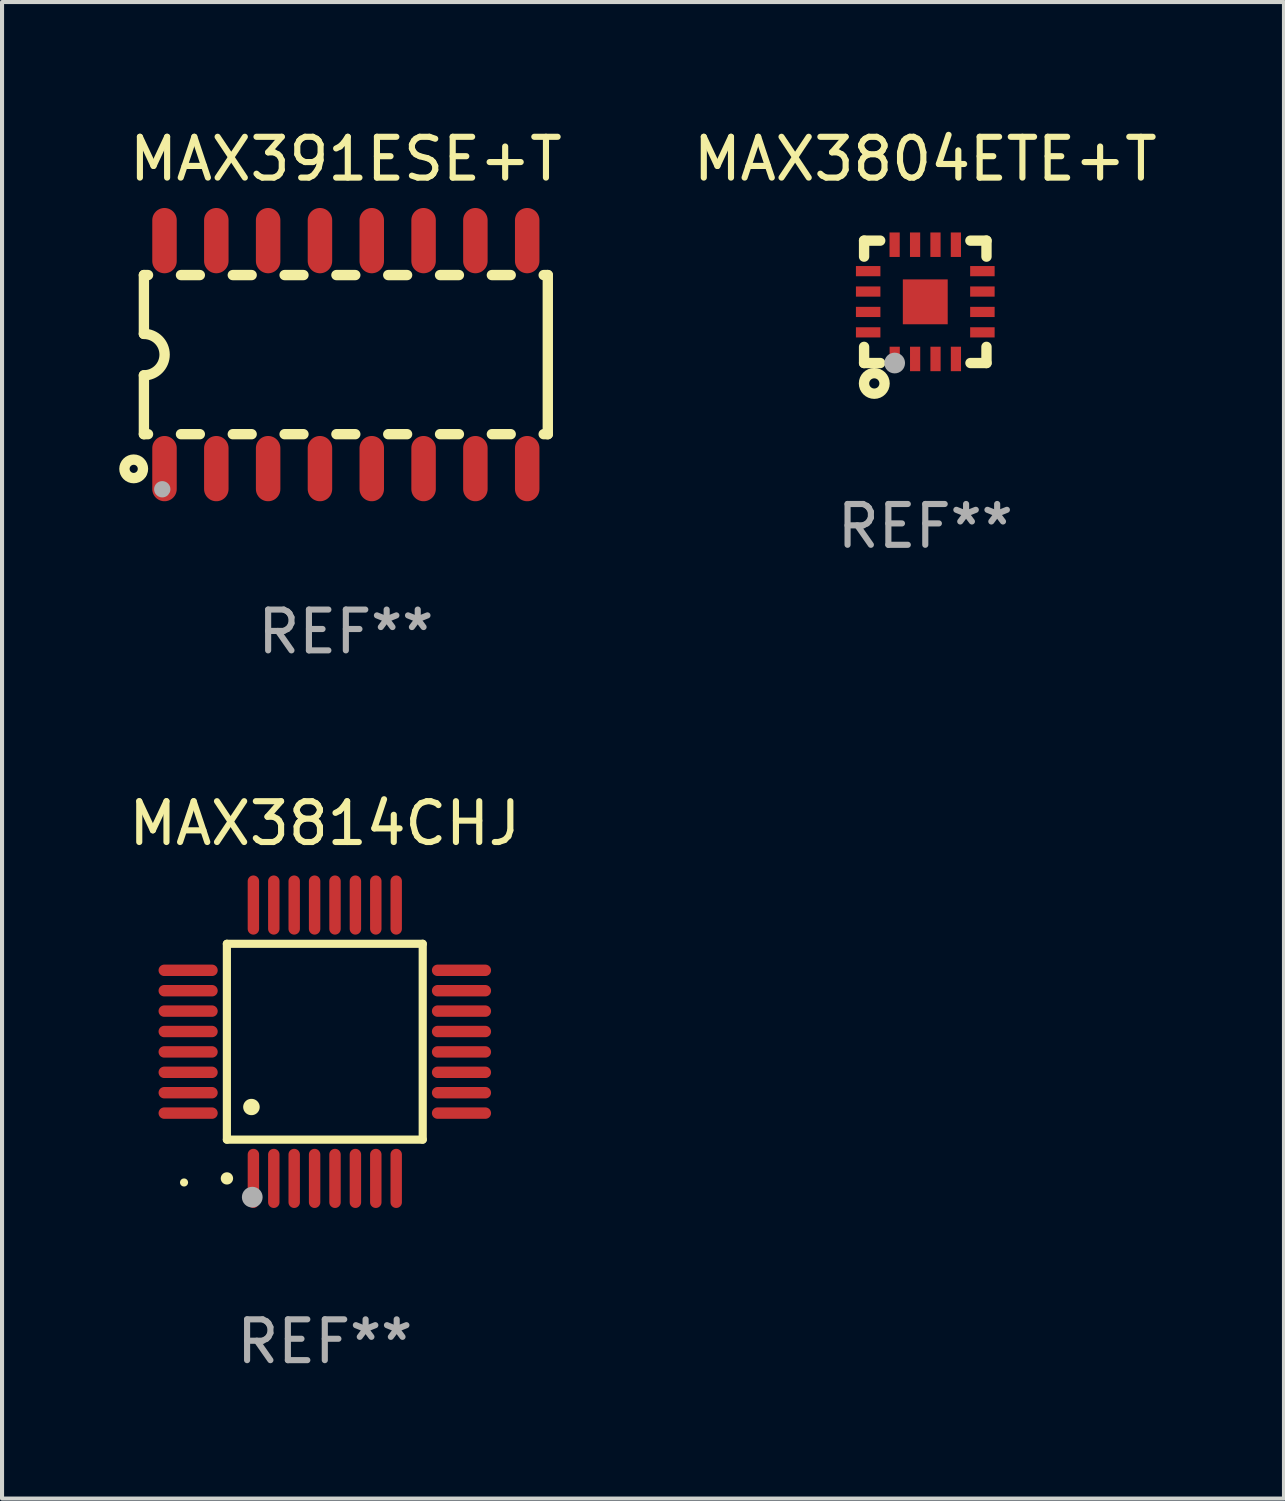
<source format=kicad_pcb>
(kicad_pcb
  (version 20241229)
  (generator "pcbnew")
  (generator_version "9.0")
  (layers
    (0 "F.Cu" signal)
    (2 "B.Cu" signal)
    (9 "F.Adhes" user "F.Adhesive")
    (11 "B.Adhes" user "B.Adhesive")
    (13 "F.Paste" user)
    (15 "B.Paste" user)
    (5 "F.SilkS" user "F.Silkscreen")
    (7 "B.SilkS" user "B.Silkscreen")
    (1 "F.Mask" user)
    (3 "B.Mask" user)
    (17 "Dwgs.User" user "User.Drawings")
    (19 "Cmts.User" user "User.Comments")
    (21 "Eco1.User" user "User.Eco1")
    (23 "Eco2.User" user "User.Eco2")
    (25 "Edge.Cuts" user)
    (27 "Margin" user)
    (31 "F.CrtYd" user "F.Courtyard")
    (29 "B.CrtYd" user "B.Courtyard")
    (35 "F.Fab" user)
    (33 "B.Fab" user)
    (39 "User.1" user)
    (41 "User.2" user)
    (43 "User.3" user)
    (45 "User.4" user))
  (footprint "MAX3814CHJ"
    (layer "F.Cu")
    (at 4.911 22.483)
    (property "Reference" "MAX3814CHJ" (at 0 -5.35 0) (layer "F.SilkS") (effects (font (size 1 1) (thickness 0.15))))
    (attr through_hole)
    (fp_line (start -2.4 -2.4) (end -2.4 2.4) (stroke (width 0.2) (type solid)) (layer "F.SilkS"))
    (fp_line (start -2.4 2.4) (end 2.4 2.4) (stroke (width 0.2) (type solid)) (layer "F.SilkS"))
    (fp_line (start 2.4 -2.4) (end -2.4 -2.4) (stroke (width 0.2) (type solid)) (layer "F.SilkS"))
    (fp_line (start 2.4 2.4) (end 2.4 -2.4) (stroke (width 0.2) (type solid)) (layer "F.SilkS"))
    (fp_arc (start -2.400305 3.350267) (mid -2.399035 3.350262) (end -2.397765 3.350267) (stroke (width 0.3) (type solid)) (layer "F.SilkS"))
    (fp_arc (start -1.800864 1.600203) (mid -1.798324 1.600187) (end -1.795784 1.600203) (stroke (width 0.4) (type solid)) (layer "F.SilkS"))
    (fp_circle (center -3.45 3.45) (end -3.4 3.45) (stroke (width 0.1) (type solid)) (fill no) (layer "F.SilkS"))
    (fp_circle (center -1.778 3.81) (end -1.651 3.81) (stroke (width 0.254) (type solid)) (fill no) (layer "F.Fab"))
    (fp_text user "REF**" (at 0 7.35 0) (layer "F.Fab") (effects (font (size 1 1) (thickness 0.15))))
    (pad "1" smd oval (at -1.75 3.35) (size 0.28 1.45) (layers "F.Cu" "F.Mask" "F.Paste"))
    (pad "2" smd oval (at -1.25 3.35) (size 0.28 1.45) (layers "F.Cu" "F.Mask" "F.Paste"))
    (pad "3" smd oval (at -0.75 3.35) (size 0.28 1.45) (layers "F.Cu" "F.Mask" "F.Paste"))
    (pad "4" smd oval (at -0.25 3.35) (size 0.28 1.45) (layers "F.Cu" "F.Mask" "F.Paste"))
    (pad "5" smd oval (at 0.25 3.35) (size 0.28 1.45) (layers "F.Cu" "F.Mask" "F.Paste"))
    (pad "6" smd oval (at 0.75 3.35) (size 0.28 1.45) (layers "F.Cu" "F.Mask" "F.Paste"))
    (pad "7" smd oval (at 1.25 3.35) (size 0.28 1.45) (layers "F.Cu" "F.Mask" "F.Paste"))
    (pad "8" smd oval (at 1.75 3.35) (size 0.28 1.45) (layers "F.Cu" "F.Mask" "F.Paste"))
    (pad "9" smd oval (at 3.35 1.75) (size 1.45 0.28) (layers "F.Cu" "F.Mask" "F.Paste"))
    (pad "10" smd oval (at 3.35 1.25) (size 1.45 0.28) (layers "F.Cu" "F.Mask" "F.Paste"))
    (pad "11" smd oval (at 3.35 0.75) (size 1.45 0.28) (layers "F.Cu" "F.Mask" "F.Paste"))
    (pad "12" smd oval (at 3.35 0.25) (size 1.45 0.28) (layers "F.Cu" "F.Mask" "F.Paste"))
    (pad "13" smd oval (at 3.35 -0.25) (size 1.45 0.28) (layers "F.Cu" "F.Mask" "F.Paste"))
    (pad "14" smd oval (at 3.35 -0.75) (size 1.45 0.28) (layers "F.Cu" "F.Mask" "F.Paste"))
    (pad "15" smd oval (at 3.35 -1.25) (size 1.45 0.28) (layers "F.Cu" "F.Mask" "F.Paste"))
    (pad "16" smd oval (at 3.35 -1.75) (size 1.45 0.28) (layers "F.Cu" "F.Mask" "F.Paste"))
    (pad "17" smd oval (at 1.75 -3.35) (size 0.28 1.45) (layers "F.Cu" "F.Mask" "F.Paste"))
    (pad "18" smd oval (at 1.25 -3.35) (size 0.28 1.45) (layers "F.Cu" "F.Mask" "F.Paste"))
    (pad "19" smd oval (at 0.75 -3.35) (size 0.28 1.45) (layers "F.Cu" "F.Mask" "F.Paste"))
    (pad "20" smd oval (at 0.25 -3.35) (size 0.28 1.45) (layers "F.Cu" "F.Mask" "F.Paste"))
    (pad "21" smd oval (at -0.25 -3.35) (size 0.28 1.45) (layers "F.Cu" "F.Mask" "F.Paste"))
    (pad "22" smd oval (at -0.75 -3.35) (size 0.28 1.45) (layers "F.Cu" "F.Mask" "F.Paste"))
    (pad "23" smd oval (at -1.25 -3.35) (size 0.28 1.45) (layers "F.Cu" "F.Mask" "F.Paste"))
    (pad "24" smd oval (at -1.75 -3.35) (size 0.28 1.45) (layers "F.Cu" "F.Mask" "F.Paste"))
    (pad "25" smd oval (at -3.35 -1.75) (size 1.45 0.28) (layers "F.Cu" "F.Mask" "F.Paste"))
    (pad "26" smd oval (at -3.35 -1.25) (size 1.45 0.28) (layers "F.Cu" "F.Mask" "F.Paste"))
    (pad "27" smd oval (at -3.35 -0.75) (size 1.45 0.28) (layers "F.Cu" "F.Mask" "F.Paste"))
    (pad "28" smd oval (at -3.35 -0.25) (size 1.45 0.28) (layers "F.Cu" "F.Mask" "F.Paste"))
    (pad "29" smd oval (at -3.35 0.25) (size 1.45 0.28) (layers "F.Cu" "F.Mask" "F.Paste"))
    (pad "30" smd oval (at -3.35 0.75) (size 1.45 0.28) (layers "F.Cu" "F.Mask" "F.Paste"))
    (pad "31" smd oval (at -3.35 1.25) (size 1.45 0.28) (layers "F.Cu" "F.Mask" "F.Paste"))
    (pad "32" smd oval (at -3.35 1.75) (size 1.45 0.28) (layers "F.Cu" "F.Mask" "F.Paste")))
  (footprint "MAX3804ETE+T"
    (layer "F.Cu")
    (at 19.629 4.348)
    (property "Reference" "MAX3804ETE+T" (at 0 -3.5 0) (layer "F.SilkS") (effects (font (size 1 1) (thickness 0.15))))
    (attr through_hole)
    (fp_line (start -1.5 -1.5) (end -1.5 -1.108) (stroke (width 0.254) (type solid)) (layer "F.SilkS"))
    (fp_line (start -1.5 -1.5) (end -1.105 -1.5) (stroke (width 0.254) (type solid)) (layer "F.SilkS"))
    (fp_line (start -1.5 1.104) (end -1.5 1.5) (stroke (width 0.254) (type solid)) (layer "F.SilkS"))
    (fp_line (start -1.5 1.5) (end -1.105 1.5) (stroke (width 0.254) (type solid)) (layer "F.SilkS"))
    (fp_line (start 1.106 -1.5) (end 1.5 -1.5) (stroke (width 0.254) (type solid)) (layer "F.SilkS"))
    (fp_line (start 1.108 1.5) (end 1.5 1.5) (stroke (width 0.254) (type solid)) (layer "F.SilkS"))
    (fp_line (start 1.5 -1.108) (end 1.5 -1.5) (stroke (width 0.254) (type solid)) (layer "F.SilkS"))
    (fp_line (start 1.5 1.5) (end 1.5 1.104) (stroke (width 0.254) (type solid)) (layer "F.SilkS"))
    (fp_circle (center -1.5 1.5) (end -1.47 1.5) (stroke (width 0.06) (type solid)) (fill no) (layer "F.SilkS"))
    (fp_circle (center -1.25 2) (end -1.125 2) (stroke (width 0.254) (type solid)) (fill no) (layer "F.SilkS"))
    (fp_circle (center -0.75 1.5) (end -0.623 1.5) (stroke (width 0.254) (type solid)) (fill no) (layer "F.Fab"))
    (fp_text user "REF**" (at 0 5.5 0) (layer "F.Fab") (effects (font (size 1 1) (thickness 0.15))))
    (pad "1" smd rect (at -0.749 1.4 180) (size 0.25 0.6) (layers "F.Cu" "F.Mask" "F.Paste"))
    (pad "2" smd rect (at -0.249 1.4 180) (size 0.25 0.6) (layers "F.Cu" "F.Mask" "F.Paste"))
    (pad "3" smd rect (at 0.251 1.4 180) (size 0.25 0.6) (layers "F.Cu" "F.Mask" "F.Paste"))
    (pad "4" smd rect (at 0.751 1.4 180) (size 0.25 0.6) (layers "F.Cu" "F.Mask" "F.Paste"))
    (pad "5" smd rect (at 1.4 0.748 270) (size 0.25 0.6) (layers "F.Cu" "F.Mask" "F.Paste"))
    (pad "6" smd rect (at 1.4 0.248 270) (size 0.25 0.6) (layers "F.Cu" "F.Mask" "F.Paste"))
    (pad "7" smd rect (at 1.4 -0.252 270) (size 0.25 0.6) (layers "F.Cu" "F.Mask" "F.Paste"))
    (pad "8" smd rect (at 1.4 -0.752 270) (size 0.25 0.6) (layers "F.Cu" "F.Mask" "F.Paste"))
    (pad "9" smd rect (at 0.75 -1.4) (size 0.25 0.6) (layers "F.Cu" "F.Mask" "F.Paste"))
    (pad "10" smd rect (at 0.25 -1.4) (size 0.25 0.6) (layers "F.Cu" "F.Mask" "F.Paste"))
    (pad "11" smd rect (at -0.25 -1.4) (size 0.25 0.6) (layers "F.Cu" "F.Mask" "F.Paste"))
    (pad "12" smd rect (at -0.751 -1.4) (size 0.25 0.6) (layers "F.Cu" "F.Mask" "F.Paste"))
    (pad "13" smd rect (at -1.4 -0.752 90) (size 0.25 0.6) (layers "F.Cu" "F.Mask" "F.Paste"))
    (pad "14" smd rect (at -1.4 -0.252 90) (size 0.25 0.6) (layers "F.Cu" "F.Mask" "F.Paste"))
    (pad "15" smd rect (at -1.4 0.248 90) (size 0.25 0.6) (layers "F.Cu" "F.Mask" "F.Paste"))
    (pad "16" smd rect (at -1.4 0.748 90) (size 0.25 0.6) (layers "F.Cu" "F.Mask" "F.Paste"))
    (pad "17" smd rect (at -0.000241 0.000013 90) (size 1.1 1.1) (layers "F.Cu" "F.Mask" "F.Paste")))
  (footprint "MAX391ESE+T"
    (layer "F.Cu")
    (at 5.427 5.642)
    (property "Reference" "MAX391ESE+T" (at 0 -4.794 0) (layer "F.SilkS") (effects (font (size 1 1) (thickness 0.15))))
    (attr through_hole)
    (fp_line (start -4.95 -1.95) (end -4.95 -0.508) (stroke (width 0.254) (type solid)) (layer "F.SilkS"))
    (fp_line (start -4.95 -1.95) (end -4.849 -1.95) (stroke (width 0.254) (type solid)) (layer "F.SilkS"))
    (fp_line (start -4.95 1.95) (end -4.95 0.508) (stroke (width 0.254) (type solid)) (layer "F.SilkS"))
    (fp_line (start -4.95 1.95) (end -4.849 1.95) (stroke (width 0.254) (type solid)) (layer "F.SilkS"))
    (fp_line (start -4.041 -1.95) (end -3.579 -1.95) (stroke (width 0.254) (type solid)) (layer "F.SilkS"))
    (fp_line (start -4.041 1.95) (end -3.579 1.95) (stroke (width 0.254) (type solid)) (layer "F.SilkS"))
    (fp_line (start -2.771 -1.95) (end -2.309 -1.95) (stroke (width 0.254) (type solid)) (layer "F.SilkS"))
    (fp_line (start -2.771 1.95) (end -2.309 1.95) (stroke (width 0.254) (type solid)) (layer "F.SilkS"))
    (fp_line (start -1.501 -1.95) (end -1.039 -1.95) (stroke (width 0.254) (type solid)) (layer "F.SilkS"))
    (fp_line (start -1.501 1.95) (end -1.039 1.95) (stroke (width 0.254) (type solid)) (layer "F.SilkS"))
    (fp_line (start -0.231 -1.95) (end 0.231 -1.95) (stroke (width 0.254) (type solid)) (layer "F.SilkS"))
    (fp_line (start -0.231 1.95) (end 0.231 1.95) (stroke (width 0.254) (type solid)) (layer "F.SilkS"))
    (fp_line (start 1.039 -1.95) (end 1.501 -1.95) (stroke (width 0.254) (type solid)) (layer "F.SilkS"))
    (fp_line (start 1.039 1.95) (end 1.501 1.95) (stroke (width 0.254) (type solid)) (layer "F.SilkS"))
    (fp_line (start 2.309 -1.95) (end 2.771 -1.95) (stroke (width 0.254) (type solid)) (layer "F.SilkS"))
    (fp_line (start 2.309 1.95) (end 2.771 1.95) (stroke (width 0.254) (type solid)) (layer "F.SilkS"))
    (fp_line (start 3.579 -1.95) (end 4.041 -1.95) (stroke (width 0.254) (type solid)) (layer "F.SilkS"))
    (fp_line (start 3.579 1.95) (end 4.041 1.95) (stroke (width 0.254) (type solid)) (layer "F.SilkS"))
    (fp_line (start 4.849 -1.95) (end 4.95 -1.95) (stroke (width 0.254) (type solid)) (layer "F.SilkS"))
    (fp_line (start 4.849 1.95) (end 4.95 1.95) (stroke (width 0.254) (type solid)) (layer "F.SilkS"))
    (fp_line (start 4.95 -1.95) (end 4.95 1.95) (stroke (width 0.254) (type solid)) (layer "F.SilkS"))
    (fp_arc (start -4.95047 -0.508001) (mid -4.442469 -0.000228) (end -4.950013 0.508001) (stroke (width 0.254001) (type solid)) (layer "F.SilkS"))
    (fp_circle (center -5.2 2.8) (end -5.1 2.8) (stroke (width 0.254) (type solid)) (fill no) (layer "F.SilkS"))
    (fp_circle (center -4.95 2.947) (end -4.92 2.947) (stroke (width 0.06) (type solid)) (fill no) (layer "F.SilkS"))
    (fp_circle (center -4.5 3.3) (end -4.4 3.3) (stroke (width 0.2) (type solid)) (fill no) (layer "F.Fab"))
    (fp_text user "REF**" (at 0 6.794 0) (layer "F.Fab") (effects (font (size 1 1) (thickness 0.15))))
    (pad "1" smd oval (at -4.445 2.794) (size 0.6 1.6) (layers "F.Cu" "F.Mask" "F.Paste"))
    (pad "2" smd oval (at -3.175 2.794) (size 0.6 1.6) (layers "F.Cu" "F.Mask" "F.Paste"))
    (pad "3" smd oval (at -1.905 2.794) (size 0.6 1.6) (layers "F.Cu" "F.Mask" "F.Paste"))
    (pad "4" smd oval (at -0.635 2.794) (size 0.6 1.6) (layers "F.Cu" "F.Mask" "F.Paste"))
    (pad "5" smd oval (at 0.635 2.794) (size 0.6 1.6) (layers "F.Cu" "F.Mask" "F.Paste"))
    (pad "6" smd oval (at 1.905 2.794) (size 0.6 1.6) (layers "F.Cu" "F.Mask" "F.Paste"))
    (pad "7" smd oval (at 3.175 2.794) (size 0.6 1.6) (layers "F.Cu" "F.Mask" "F.Paste"))
    (pad "8" smd oval (at 4.445 2.794) (size 0.6 1.6) (layers "F.Cu" "F.Mask" "F.Paste"))
    (pad "9" smd oval (at 4.445 -2.794) (size 0.6 1.6) (layers "F.Cu" "F.Mask" "F.Paste"))
    (pad "10" smd oval (at 3.175 -2.794) (size 0.6 1.6) (layers "F.Cu" "F.Mask" "F.Paste"))
    (pad "11" smd oval (at 1.905 -2.794) (size 0.6 1.6) (layers "F.Cu" "F.Mask" "F.Paste"))
    (pad "12" smd oval (at 0.635 -2.794) (size 0.6 1.6) (layers "F.Cu" "F.Mask" "F.Paste"))
    (pad "13" smd oval (at -0.635 -2.794) (size 0.6 1.6) (layers "F.Cu" "F.Mask" "F.Paste"))
    (pad "14" smd oval (at -1.905 -2.794) (size 0.6 1.6) (layers "F.Cu" "F.Mask" "F.Paste"))
    (pad "15" smd oval (at -3.175 -2.794) (size 0.6 1.6) (layers "F.Cu" "F.Mask" "F.Paste"))
    (pad "16" smd oval (at -4.445 -2.794) (size 0.6 1.6) (layers "F.Cu" "F.Mask" "F.Paste")))
  (gr_rect
    (start -3 -3)
    (end 28.421 33.681)
    (stroke (width 0.1) (type default))
    (fill no)
    (layer "Edge.Cuts")))
</source>
